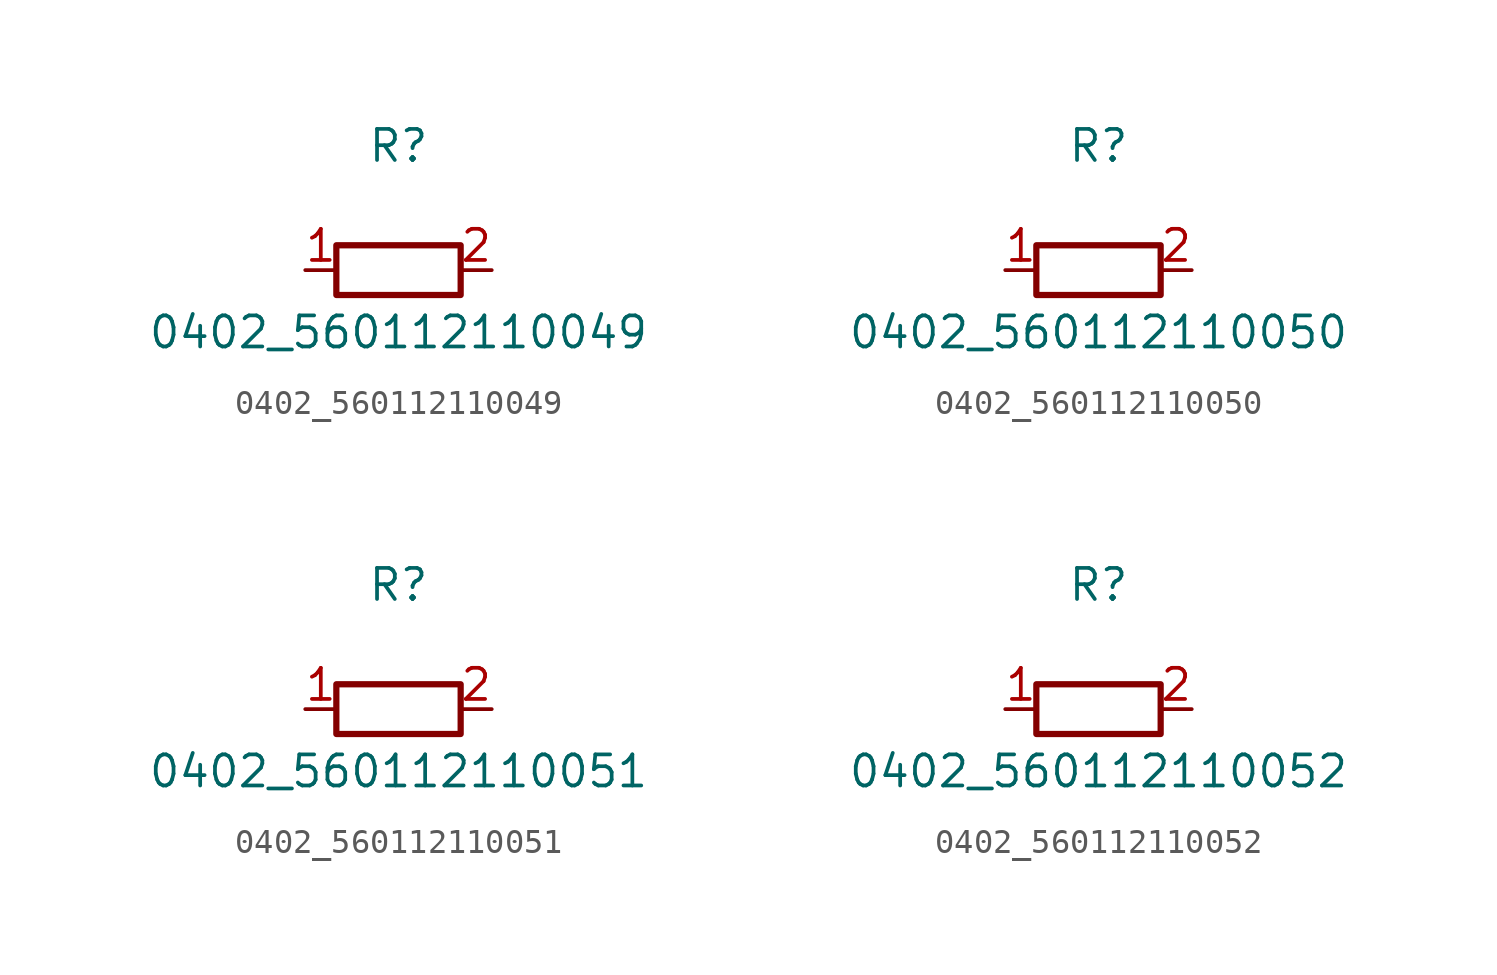
<source format=kicad_sym>
(kicad_symbol_lib
  (version 20220914)
  (generator kicad_symbol_editor)
  (symbol "0402_560112110049"
    (pin_names hide)
    (property "Reference" "R"
      (at 0 5.08 0)
      (effects (font (size 1.27 1.27))))
    (property "Value" "0402_560112110049"
      (at 0 -2.54 0)
      (effects (font (size 1.27 1.27))))
    (symbol "0402_560112110049_0_1"
      (rectangle (start -2.54 -1.016) (end 2.54 1.016) (stroke (width 0.254) (type default)) (fill (type none))))
    (symbol "0402_560112110049_1_1"
      (pin passive line (at -3.81 0 0) (length 1.27) (name "~" (effects (font (size 1.27 1.27)))) (number "1" (effects (font (size 1.27 1.27)))))
      (pin passive line (at 3.81 0 180) (length 1.27) (name "~" (effects (font (size 1.27 1.27)))) (number "2" (effects (font (size 1.27 1.27)))))))
  (symbol "0402_560112110050"
    (pin_names hide)
    (property "Reference" "R"
      (at 0 5.08 0)
      (effects (font (size 1.27 1.27))))
    (property "Value" "0402_560112110050"
      (at 0 -2.54 0)
      (effects (font (size 1.27 1.27))))
    (symbol "0402_560112110050_0_1"
      (rectangle (start -2.54 -1.016) (end 2.54 1.016) (stroke (width 0.254) (type default)) (fill (type none))))
    (symbol "0402_560112110050_1_1"
      (pin passive line (at -3.81 0 0) (length 1.27) (name "~" (effects (font (size 1.27 1.27)))) (number "1" (effects (font (size 1.27 1.27)))))
      (pin passive line (at 3.81 0 180) (length 1.27) (name "~" (effects (font (size 1.27 1.27)))) (number "2" (effects (font (size 1.27 1.27)))))))
  (symbol "0402_560112110051"
    (pin_names hide)
    (property "Reference" "R"
      (at 0 5.08 0)
      (effects (font (size 1.27 1.27))))
    (property "Value" "0402_560112110051"
      (at 0 -2.54 0)
      (effects (font (size 1.27 1.27))))
    (symbol "0402_560112110051_0_1"
      (rectangle (start -2.54 -1.016) (end 2.54 1.016) (stroke (width 0.254) (type default)) (fill (type none))))
    (symbol "0402_560112110051_1_1"
      (pin passive line (at -3.81 0 0) (length 1.27) (name "~" (effects (font (size 1.27 1.27)))) (number "1" (effects (font (size 1.27 1.27)))))
      (pin passive line (at 3.81 0 180) (length 1.27) (name "~" (effects (font (size 1.27 1.27)))) (number "2" (effects (font (size 1.27 1.27)))))))
  (symbol "0402_560112110052"
    (pin_names hide)
    (property "Reference" "R"
      (at 0 5.08 0)
      (effects (font (size 1.27 1.27))))
    (property "Value" "0402_560112110052"
      (at 0 -2.54 0)
      (effects (font (size 1.27 1.27))))
    (symbol "0402_560112110052_0_1"
      (rectangle (start -2.54 -1.016) (end 2.54 1.016) (stroke (width 0.254) (type default)) (fill (type none))))
    (symbol "0402_560112110052_1_1"
      (pin passive line (at -3.81 0 0) (length 1.27) (name "~" (effects (font (size 1.27 1.27)))) (number "1" (effects (font (size 1.27 1.27)))))
      (pin passive line (at 3.81 0 180) (length 1.27) (name "~" (effects (font (size 1.27 1.27)))) (number "2" (effects (font (size 1.27 1.27))))))))
</source>
